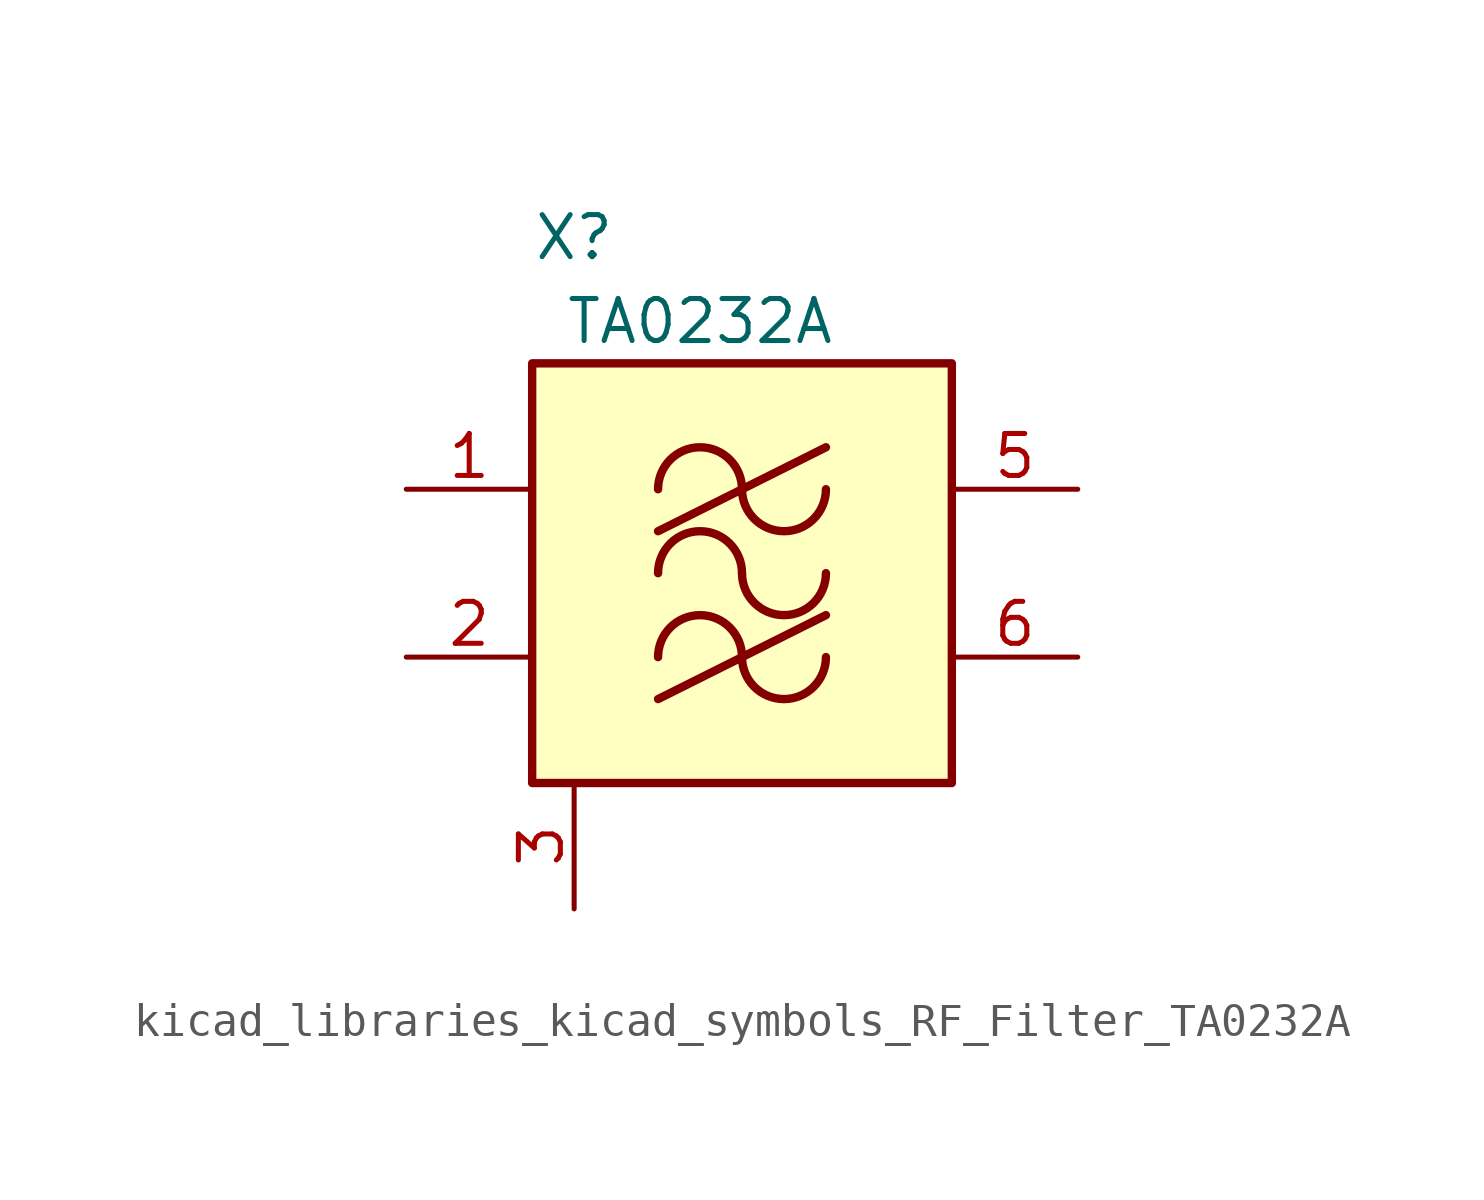
<source format=kicad_sym>
(kicad_symbol_lib
  (version 20220914)
  (generator kicad_symbol_editor)
  (symbol "kicad_libraries_kicad_symbols_RF_Filter_TA0232A"
    (pin_names hide)
    (property "Reference" "X"
      (at -5.08 10.16 0)
      (effects (font (size 1.27 1.27))))
    (property "Value" "TA0232A"
      (at -1.27 7.62 0)
      (effects (font (size 1.27 1.27))))
    (symbol "kicad_libraries_kicad_symbols_RF_Filter_TA0232A_1_1"
      (rectangle (start -6.35 6.35) (end 6.35 -6.35) (stroke (width 0.254) (type default)) (fill (type background)))
      (arc (start 0 -2.54) (mid -1.27 -1.2755) (end -2.54 -2.54) (stroke (width 0.254) (type default)) (fill (type none)))
      (arc (start 0 -2.54) (mid 1.27 -3.8045) (end 2.54 -2.54) (stroke (width 0.254) (type default)) (fill (type none)))
      (arc (start 0 0) (mid -1.27 1.2645) (end -2.54 0) (stroke (width 0.254) (type default)) (fill (type none)))
      (polyline (pts (xy -2.54 -3.81) (xy 2.54 -1.27)) (stroke (width 0.254) (type default)) (fill (type none)))
      (polyline (pts (xy -2.54 1.27) (xy 2.54 3.81)) (stroke (width 0.254) (type default)) (fill (type none)))
      (arc (start 0 0) (mid 1.27 -1.2645) (end 2.54 0) (stroke (width 0.254) (type default)) (fill (type none)))
      (arc (start 0 2.54) (mid -1.27 3.8045) (end -2.54 2.54) (stroke (width 0.254) (type default)) (fill (type none)))
      (arc (start 0 2.54) (mid 1.27 1.2755) (end 2.54 2.54) (stroke (width 0.254) (type default)) (fill (type none)))
      (pin input line (at -10.16 2.54 0) (length 3.81) (name "IN_1" (effects (font (size 1.27 1.27)))) (number "1" (effects (font (size 1.27 1.27)))))
      (pin input line (at -10.16 -2.54 0) (length 3.81) (name "IN_2" (effects (font (size 1.27 1.27)))) (number "2" (effects (font (size 1.27 1.27)))))
      (pin power_in line (at -5.08 -10.16 90) (length 3.81) (name "GND" (effects (font (size 1.27 1.27)))) (number "3" (effects (font (size 1.27 1.27)))))
      (pin passive line (at -5.08 -10.16 90) (length 3.81) hide (name "GND" (effects (font (size 1.27 1.27)))) (number "4" (effects (font (size 1.27 1.27)))))
      (pin output line (at 10.16 2.54 180) (length 3.81) (name "OUT_1" (effects (font (size 1.27 1.27)))) (number "5" (effects (font (size 1.27 1.27)))))
      (pin output line (at 10.16 -2.54 180) (length 3.81) (name "OUT_2" (effects (font (size 1.27 1.27)))) (number "6" (effects (font (size 1.27 1.27)))))
      (pin passive line (at -5.08 -10.16 90) (length 3.81) hide (name "GND" (effects (font (size 1.27 1.27)))) (number "7" (effects (font (size 1.27 1.27)))))
      (pin passive line (at -5.08 -10.16 90) (length 3.81) hide (name "GND" (effects (font (size 1.27 1.27)))) (number "8" (effects (font (size 1.27 1.27))))))))
</source>
